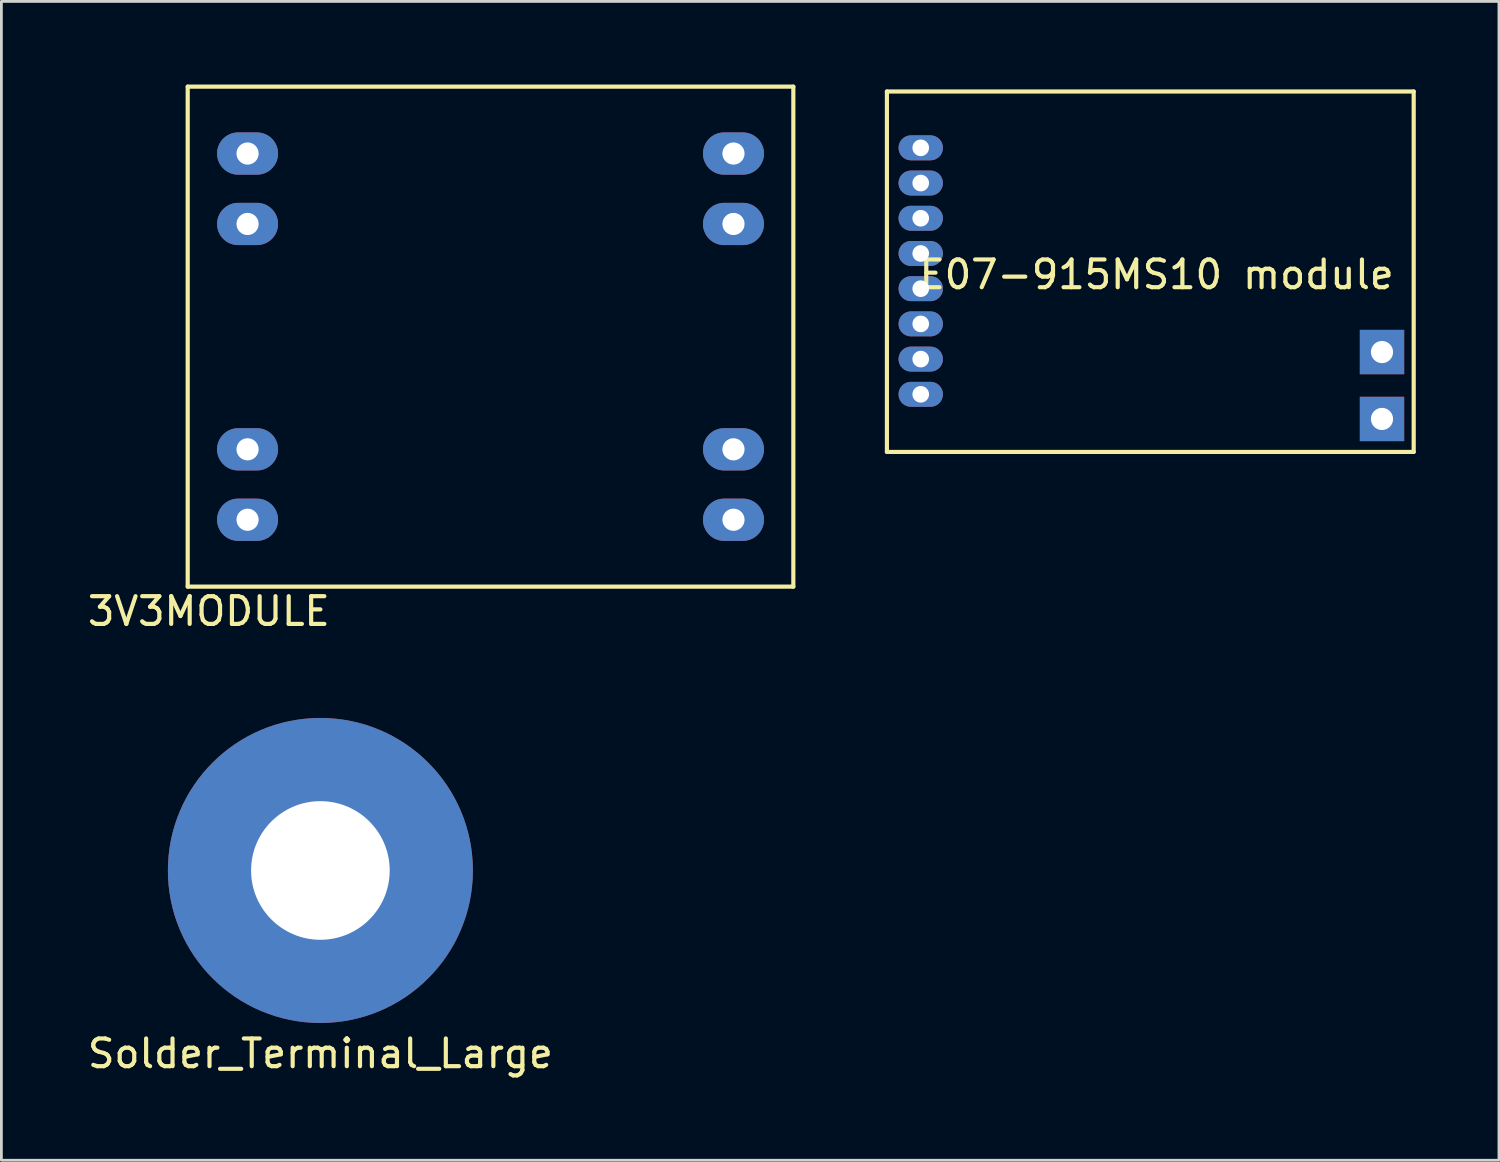
<source format=kicad_pcb>
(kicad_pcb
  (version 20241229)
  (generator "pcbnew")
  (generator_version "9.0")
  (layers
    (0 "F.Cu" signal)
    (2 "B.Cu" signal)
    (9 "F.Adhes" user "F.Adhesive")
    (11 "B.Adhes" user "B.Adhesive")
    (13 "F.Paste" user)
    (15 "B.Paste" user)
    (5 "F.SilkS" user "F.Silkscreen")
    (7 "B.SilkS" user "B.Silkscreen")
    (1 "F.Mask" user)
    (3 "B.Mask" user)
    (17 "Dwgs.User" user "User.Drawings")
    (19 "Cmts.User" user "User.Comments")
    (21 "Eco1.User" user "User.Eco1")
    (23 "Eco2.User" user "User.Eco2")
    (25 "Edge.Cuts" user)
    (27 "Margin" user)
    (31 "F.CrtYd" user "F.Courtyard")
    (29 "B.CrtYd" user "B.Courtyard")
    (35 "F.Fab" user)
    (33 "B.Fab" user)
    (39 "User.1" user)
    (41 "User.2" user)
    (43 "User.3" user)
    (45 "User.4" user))
  (footprint "3V3MODULE"
    (layer "F.Cu")
    (at 5.879 15.696)
    (property "Reference" "3V3MODULE" (at -1.397 3.302 0) (layer "F.SilkS") (effects (font (size 1 1) (thickness 0.15))))
    (attr through_hole)
    (fp_line (start -2.159 -15.621) (end 19.685 -15.621) (stroke (width 0.15) (type solid)) (layer "F.SilkS"))
    (fp_line (start -2.159 2.413) (end -2.159 -15.621) (stroke (width 0.15) (type solid)) (layer "F.SilkS"))
    (fp_line (start 19.685 -15.621) (end 19.685 2.413) (stroke (width 0.15) (type solid)) (layer "F.SilkS"))
    (fp_line (start 19.685 2.413) (end -2.159 2.413) (stroke (width 0.15) (type solid)) (layer "F.SilkS"))
    (pad "1" thru_hole oval (at 0 -13.208) (size 2.2 1.524) (drill 0.8) (layers "*.Cu" "*.Mask"))
    (pad "2" thru_hole oval (at 0 -10.668) (size 2.2 1.524) (drill 0.8) (layers "*.Cu" "*.Mask"))
    (pad "3" thru_hole oval (at 0 -2.54) (size 2.2 1.524) (drill 0.8) (layers "*.Cu" "*.Mask"))
    (pad "4" thru_hole oval (at 0 0) (size 2.2 1.524) (drill 0.8) (layers "*.Cu" "*.Mask"))
    (pad "5" thru_hole oval (at 17.526 0) (size 2.2 1.524) (drill 0.8) (layers "*.Cu" "*.Mask"))
    (pad "6" thru_hole oval (at 17.526 -2.54) (size 2.2 1.524) (drill 0.8) (layers "*.Cu" "*.Mask"))
    (pad "7" thru_hole oval (at 17.526 -10.668) (size 2.2 1.524) (drill 0.8) (layers "*.Cu" "*.Mask"))
    (pad "8" thru_hole oval (at 17.526 -13.208) (size 2.2 1.524) (drill 0.8) (layers "*.Cu" "*.Mask")))
  (footprint "Solder_Terminal_Large"
    (layer "F.Cu")
    (at 8.506 28.346)
    (property "Reference" "Solder_Terminal_Large" (at 0 6.604 0) (layer "F.SilkS") (effects (font (size 1 1) (thickness 0.15))))
    (attr through_hole)
    (pad "1" thru_hole circle (at 0 0) (size 11 11) (drill 5) (layers "*.Cu" "*.Mask")))
  (footprint "E07-915MS10 module"
    (layer "F.Cu")
    (at 28.889 0.25)
    (property "Reference" "E07-915MS10 module" (at 9.779 6.604 0) (layer "F.SilkS") (effects (font (size 1 1) (thickness 0.15))))
    (attr through_hole)
    (fp_line (start 0.05 0) (end 0.05 13) (stroke (width 0.15) (type solid)) (layer "F.SilkS"))
    (fp_line (start 0.05 13) (end 19.05 13) (stroke (width 0.15) (type solid)) (layer "F.SilkS"))
    (fp_line (start 19.05 0) (end 0.05 0) (stroke (width 0.15) (type solid)) (layer "F.SilkS"))
    (fp_line (start 19.05 13) (end 19.05 0) (stroke (width 0.15) (type solid)) (layer "F.SilkS"))
    (pad "1" thru_hole oval (at 1.27 2.032) (size 1.6 0.9) (drill 0.6) (layers "*.Cu" "*.Mask"))
    (pad "2" thru_hole oval (at 1.27 3.302) (size 1.6 0.9) (drill 0.6) (layers "*.Cu" "*.Mask"))
    (pad "3" thru_hole oval (at 1.27 4.572) (size 1.6 0.9) (drill 0.6) (layers "*.Cu" "*.Mask"))
    (pad "4" thru_hole oval (at 1.27 5.842) (size 1.6 0.9) (drill 0.6) (layers "*.Cu" "*.Mask"))
    (pad "5" thru_hole oval (at 1.27 7.112) (size 1.6 0.9) (drill 0.6) (layers "*.Cu" "*.Mask"))
    (pad "6" thru_hole oval (at 1.27 8.382) (size 1.6 0.9) (drill 0.6) (layers "*.Cu" "*.Mask"))
    (pad "7" thru_hole oval (at 1.27 9.652) (size 1.6 0.9) (drill 0.6) (layers "*.Cu" "*.Mask"))
    (pad "8" thru_hole oval (at 1.27 10.922) (size 1.6 0.9) (drill 0.6) (layers "*.Cu" "*.Mask"))
    (pad "9" thru_hole rect (at 17.907 11.811) (size 1.6 1.6) (drill 0.8) (layers "*.Cu" "*.Mask"))
    (pad "10" thru_hole rect (at 17.907 9.398) (size 1.6 1.6) (drill 0.8) (layers "*.Cu" "*.Mask")))
  (gr_rect
    (start -3 -3)
    (end 51.014 38.798)
    (stroke (width 0.1) (type default))
    (fill no)
    (layer "Edge.Cuts")))
</source>
